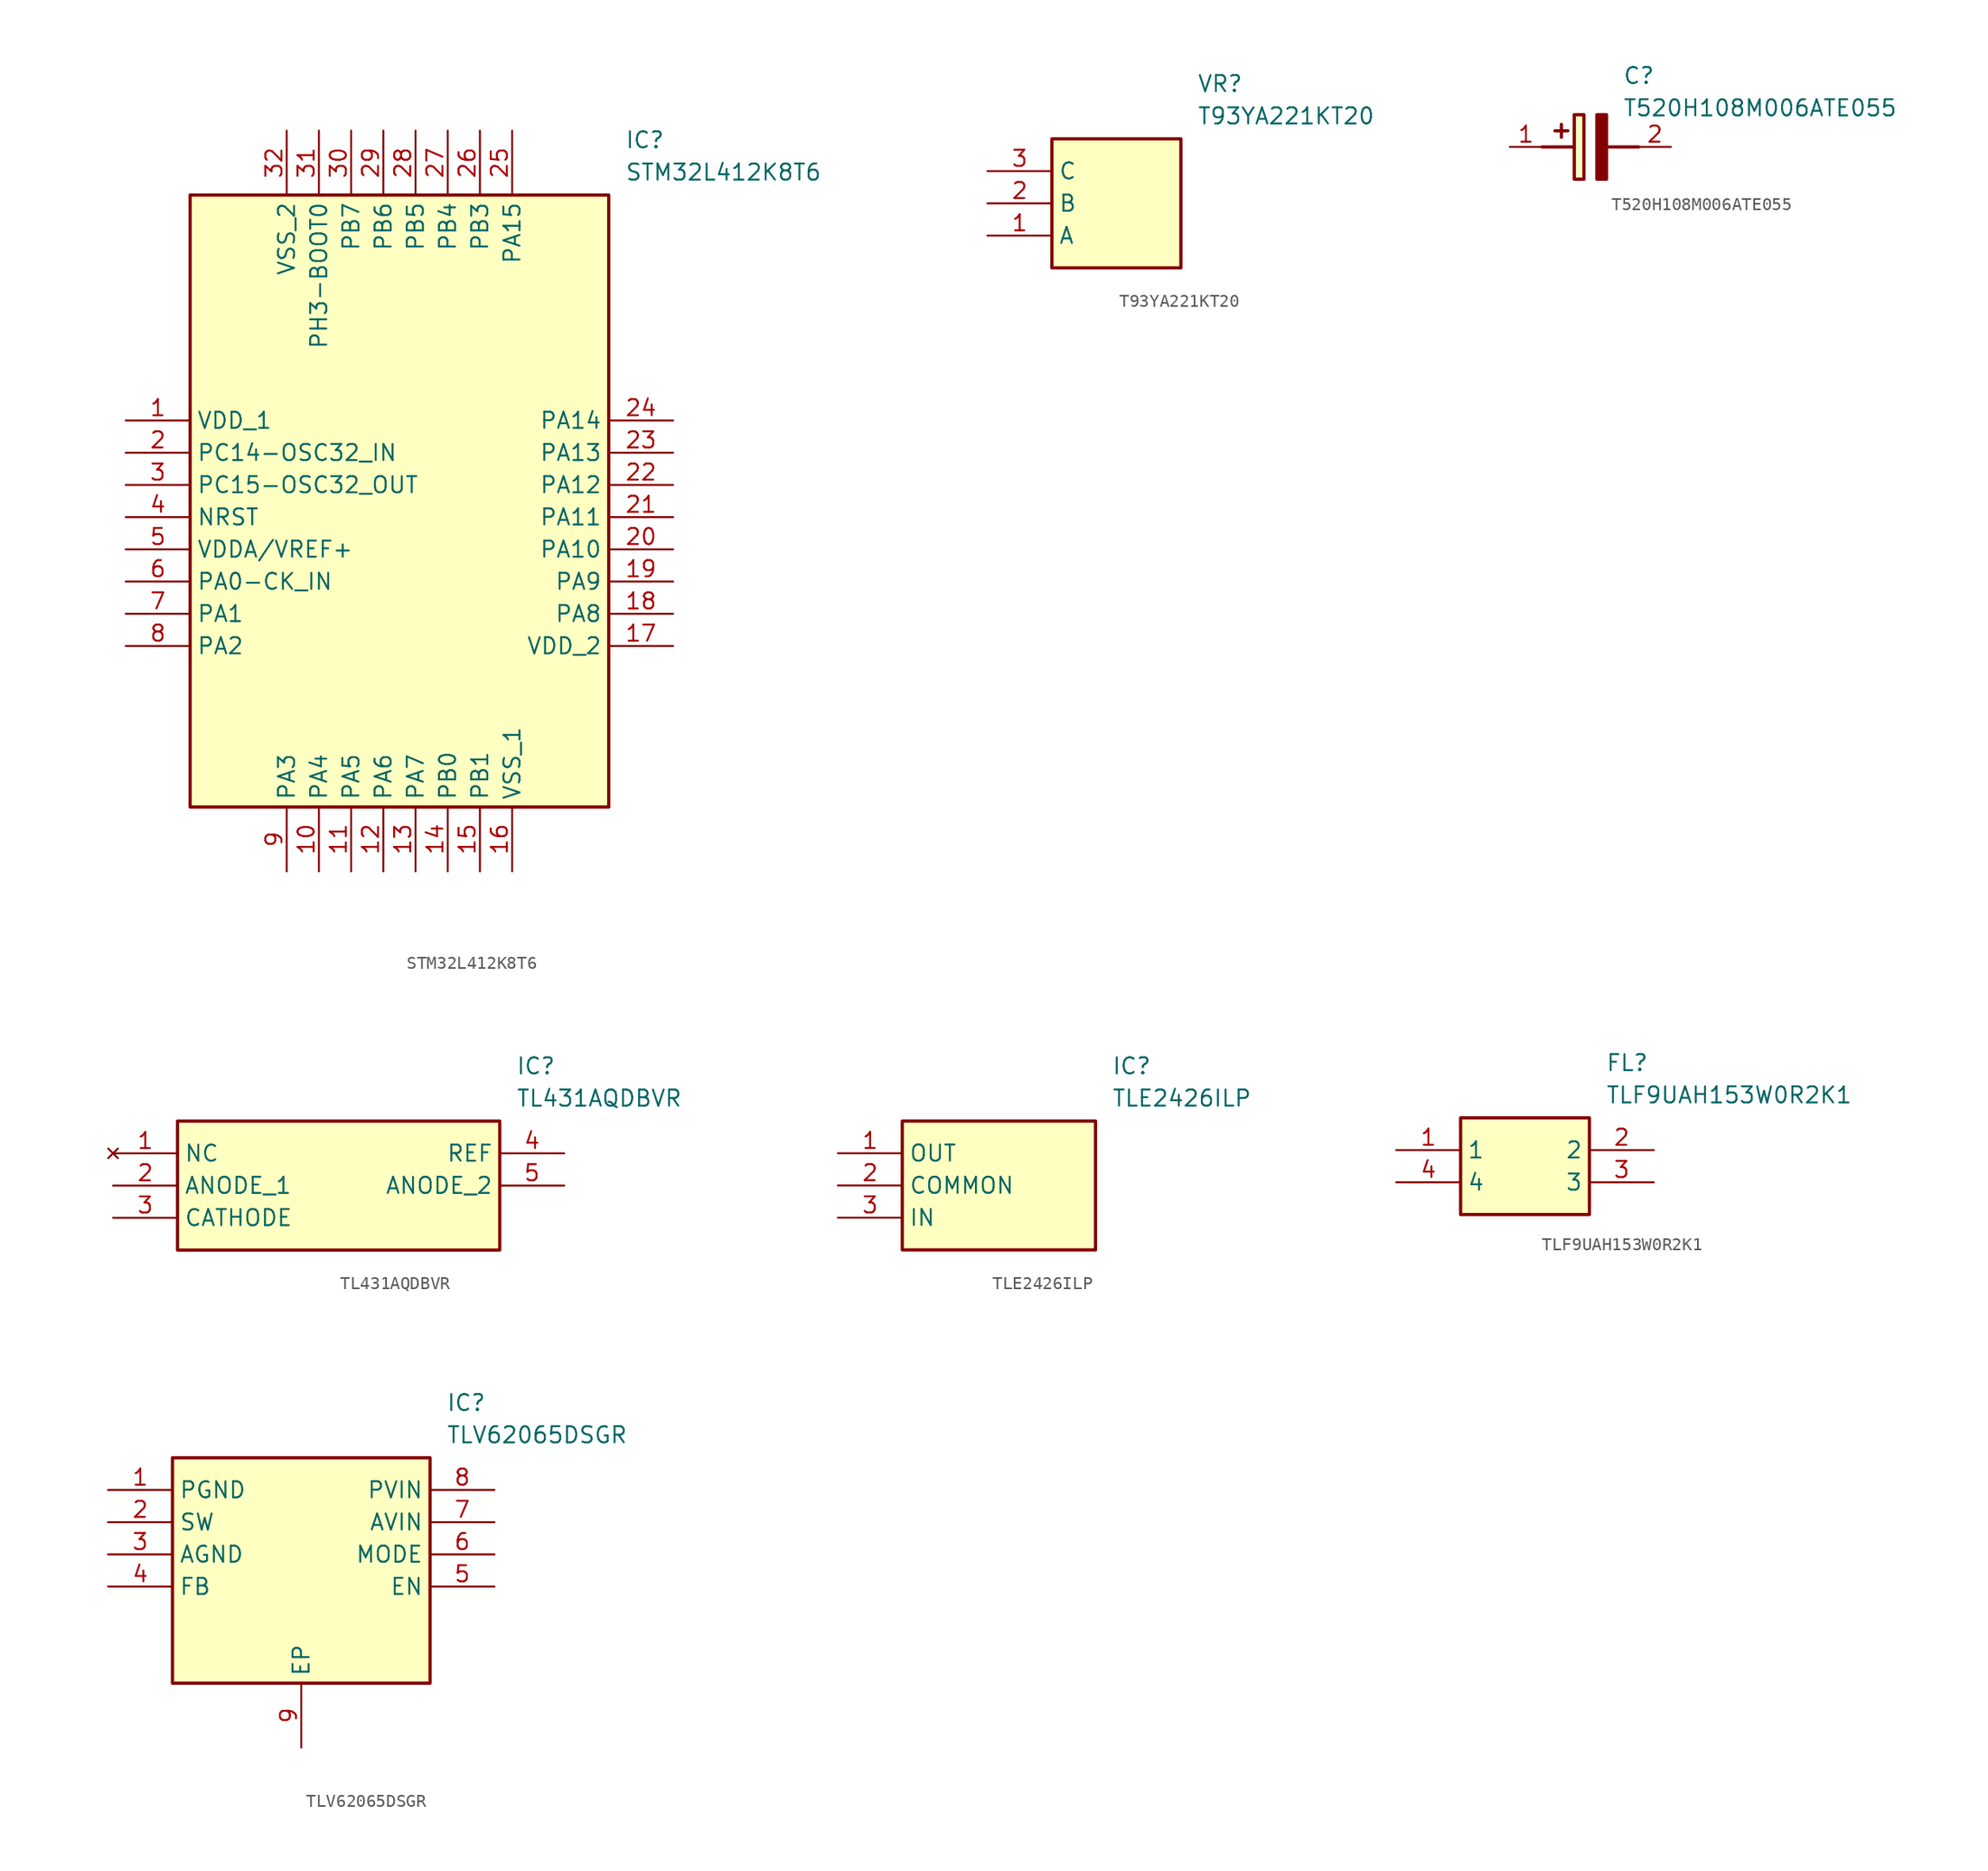
<source format=kicad_sym>
(kicad_symbol_lib
  (version 20241209)
  (generator "kicad_symbol_editor")
  (generator_version "9.0")
  (symbol "STM32L412K8T6"
    (property "Reference" "IC"
      (at 39.37 22.86 0)
      (effects (font (size 1.27 1.27)) (justify left top)))
    (property "Value" "STM32L412K8T6"
      (at 39.37 20.32 0)
      (effects (font (size 1.27 1.27)) (justify left top)))
    (symbol "STM32L412K8T6_1_1"
      (rectangle (start 5.08 17.78) (end 38.1 -30.48) (stroke (width 0.254) (type default)) (fill (type background)))
      (pin passive line (at 0 0 0) (length 5.08) (name "VDD_1" (effects (font (size 1.27 1.27)))) (number "1" (effects (font (size 1.27 1.27)))))
      (pin passive line (at 0 -2.54 0) (length 5.08) (name "PC14-OSC32_IN" (effects (font (size 1.27 1.27)))) (number "2" (effects (font (size 1.27 1.27)))))
      (pin passive line (at 0 -5.08 0) (length 5.08) (name "PC15-OSC32_OUT" (effects (font (size 1.27 1.27)))) (number "3" (effects (font (size 1.27 1.27)))))
      (pin passive line (at 0 -7.62 0) (length 5.08) (name "NRST" (effects (font (size 1.27 1.27)))) (number "4" (effects (font (size 1.27 1.27)))))
      (pin passive line (at 0 -10.16 0) (length 5.08) (name "VDDA/VREF+" (effects (font (size 1.27 1.27)))) (number "5" (effects (font (size 1.27 1.27)))))
      (pin passive line (at 0 -12.7 0) (length 5.08) (name "PA0-CK_IN" (effects (font (size 1.27 1.27)))) (number "6" (effects (font (size 1.27 1.27)))))
      (pin passive line (at 0 -15.24 0) (length 5.08) (name "PA1" (effects (font (size 1.27 1.27)))) (number "7" (effects (font (size 1.27 1.27)))))
      (pin passive line (at 0 -17.78 0) (length 5.08) (name "PA2" (effects (font (size 1.27 1.27)))) (number "8" (effects (font (size 1.27 1.27)))))
      (pin passive line (at 12.7 22.86 270) (length 5.08) (name "VSS_2" (effects (font (size 1.27 1.27)))) (number "32" (effects (font (size 1.27 1.27)))))
      (pin passive line (at 12.7 -35.56 90) (length 5.08) (name "PA3" (effects (font (size 1.27 1.27)))) (number "9" (effects (font (size 1.27 1.27)))))
      (pin passive line (at 15.24 22.86 270) (length 5.08) (name "PH3-BOOT0" (effects (font (size 1.27 1.27)))) (number "31" (effects (font (size 1.27 1.27)))))
      (pin passive line (at 15.24 -35.56 90) (length 5.08) (name "PA4" (effects (font (size 1.27 1.27)))) (number "10" (effects (font (size 1.27 1.27)))))
      (pin passive line (at 17.78 22.86 270) (length 5.08) (name "PB7" (effects (font (size 1.27 1.27)))) (number "30" (effects (font (size 1.27 1.27)))))
      (pin passive line (at 17.78 -35.56 90) (length 5.08) (name "PA5" (effects (font (size 1.27 1.27)))) (number "11" (effects (font (size 1.27 1.27)))))
      (pin passive line (at 20.32 22.86 270) (length 5.08) (name "PB6" (effects (font (size 1.27 1.27)))) (number "29" (effects (font (size 1.27 1.27)))))
      (pin passive line (at 20.32 -35.56 90) (length 5.08) (name "PA6" (effects (font (size 1.27 1.27)))) (number "12" (effects (font (size 1.27 1.27)))))
      (pin passive line (at 22.86 22.86 270) (length 5.08) (name "PB5" (effects (font (size 1.27 1.27)))) (number "28" (effects (font (size 1.27 1.27)))))
      (pin passive line (at 22.86 -35.56 90) (length 5.08) (name "PA7" (effects (font (size 1.27 1.27)))) (number "13" (effects (font (size 1.27 1.27)))))
      (pin passive line (at 25.4 22.86 270) (length 5.08) (name "PB4" (effects (font (size 1.27 1.27)))) (number "27" (effects (font (size 1.27 1.27)))))
      (pin passive line (at 25.4 -35.56 90) (length 5.08) (name "PB0" (effects (font (size 1.27 1.27)))) (number "14" (effects (font (size 1.27 1.27)))))
      (pin passive line (at 27.94 22.86 270) (length 5.08) (name "PB3" (effects (font (size 1.27 1.27)))) (number "26" (effects (font (size 1.27 1.27)))))
      (pin passive line (at 27.94 -35.56 90) (length 5.08) (name "PB1" (effects (font (size 1.27 1.27)))) (number "15" (effects (font (size 1.27 1.27)))))
      (pin passive line (at 30.48 22.86 270) (length 5.08) (name "PA15" (effects (font (size 1.27 1.27)))) (number "25" (effects (font (size 1.27 1.27)))))
      (pin passive line (at 30.48 -35.56 90) (length 5.08) (name "VSS_1" (effects (font (size 1.27 1.27)))) (number "16" (effects (font (size 1.27 1.27)))))
      (pin passive line (at 43.18 0 180) (length 5.08) (name "PA14" (effects (font (size 1.27 1.27)))) (number "24" (effects (font (size 1.27 1.27)))))
      (pin passive line (at 43.18 -2.54 180) (length 5.08) (name "PA13" (effects (font (size 1.27 1.27)))) (number "23" (effects (font (size 1.27 1.27)))))
      (pin passive line (at 43.18 -5.08 180) (length 5.08) (name "PA12" (effects (font (size 1.27 1.27)))) (number "22" (effects (font (size 1.27 1.27)))))
      (pin passive line (at 43.18 -7.62 180) (length 5.08) (name "PA11" (effects (font (size 1.27 1.27)))) (number "21" (effects (font (size 1.27 1.27)))))
      (pin passive line (at 43.18 -10.16 180) (length 5.08) (name "PA10" (effects (font (size 1.27 1.27)))) (number "20" (effects (font (size 1.27 1.27)))))
      (pin passive line (at 43.18 -12.7 180) (length 5.08) (name "PA9" (effects (font (size 1.27 1.27)))) (number "19" (effects (font (size 1.27 1.27)))))
      (pin passive line (at 43.18 -15.24 180) (length 5.08) (name "PA8" (effects (font (size 1.27 1.27)))) (number "18" (effects (font (size 1.27 1.27)))))
      (pin passive line (at 43.18 -17.78 180) (length 5.08) (name "VDD_2" (effects (font (size 1.27 1.27)))) (number "17" (effects (font (size 1.27 1.27)))))))
  (symbol "T93YA221KT20"
    (property "Reference" "VR"
      (at 16.51 7.62 0)
      (effects (font (size 1.27 1.27)) (justify left top)))
    (property "Value" "T93YA221KT20"
      (at 16.51 5.08 0)
      (effects (font (size 1.27 1.27)) (justify left top)))
    (symbol "T93YA221KT20_1_1"
      (rectangle (start 5.08 2.54) (end 15.24 -7.62) (stroke (width 0.254) (type default)) (fill (type background)))
      (pin passive line (at 0 0 0) (length 5.08) (name "C" (effects (font (size 1.27 1.27)))) (number "3" (effects (font (size 1.27 1.27)))))
      (pin passive line (at 0 -2.54 0) (length 5.08) (name "B" (effects (font (size 1.27 1.27)))) (number "2" (effects (font (size 1.27 1.27)))))
      (pin passive line (at 0 -5.08 0) (length 5.08) (name "A" (effects (font (size 1.27 1.27)))) (number "1" (effects (font (size 1.27 1.27)))))))
  (symbol "T520H108M006ATE055"
    (pin_names
      (hide yes))
    (property "Reference" "C"
      (at 8.89 6.35 0)
      (effects (font (size 1.27 1.27)) (justify left top)))
    (property "Value" "T520H108M006ATE055"
      (at 8.89 3.81 0)
      (effects (font (size 1.27 1.27)) (justify left top)))
    (symbol "T520H108M006ATE055_1_1"
      (polyline (pts (xy 2.54 0) (xy 5.08 0)) (stroke (width 0.254) (type default)) (fill (type none)))
      (polyline (pts (xy 4.064 1.778) (xy 4.064 0.762)) (stroke (width 0.254) (type default)) (fill (type none)))
      (polyline (pts (xy 4.572 1.27) (xy 3.556 1.27)) (stroke (width 0.254) (type default)) (fill (type none)))
      (rectangle (start 5.08 2.54) (end 5.842 -2.54) (stroke (width 0.254) (type default)) (fill (type background)))
      (polyline (pts (xy 7.62 2.54) (xy 7.62 -2.54) (xy 6.858 -2.54) (xy 6.858 2.54) (xy 7.62 2.54)) (stroke (width 0.254) (type default)) (fill (type outline)))
      (polyline (pts (xy 7.62 0) (xy 10.16 0)) (stroke (width 0.254) (type default)) (fill (type none)))
      (pin passive line (at 0 0 0) (length 2.54) (name "+" (effects (font (size 1.27 1.27)))) (number "1" (effects (font (size 1.27 1.27)))))
      (pin passive line (at 12.7 0 180) (length 2.54) (name "-" (effects (font (size 1.27 1.27)))) (number "2" (effects (font (size 1.27 1.27)))))))
  (symbol "TL431AQDBVR"
    (property "Reference" "IC"
      (at 31.75 7.62 0)
      (effects (font (size 1.27 1.27)) (justify left top)))
    (property "Value" "TL431AQDBVR"
      (at 31.75 5.08 0)
      (effects (font (size 1.27 1.27)) (justify left top)))
    (symbol "TL431AQDBVR_1_1"
      (rectangle (start 5.08 2.54) (end 30.48 -7.62) (stroke (width 0.254) (type default)) (fill (type background)))
      (pin no_connect line (at 0 0 0) (length 5.08) (name "NC" (effects (font (size 1.27 1.27)))) (number "1" (effects (font (size 1.27 1.27)))))
      (pin passive line (at 0 -2.54 0) (length 5.08) (name "ANODE_1" (effects (font (size 1.27 1.27)))) (number "2" (effects (font (size 1.27 1.27)))))
      (pin passive line (at 0 -5.08 0) (length 5.08) (name "CATHODE" (effects (font (size 1.27 1.27)))) (number "3" (effects (font (size 1.27 1.27)))))
      (pin passive line (at 35.56 0 180) (length 5.08) (name "REF" (effects (font (size 1.27 1.27)))) (number "4" (effects (font (size 1.27 1.27)))))
      (pin passive line (at 35.56 -2.54 180) (length 5.08) (name "ANODE_2" (effects (font (size 1.27 1.27)))) (number "5" (effects (font (size 1.27 1.27)))))))
  (symbol "TLE2426ILP"
    (property "Reference" "IC"
      (at 21.59 7.62 0)
      (effects (font (size 1.27 1.27)) (justify left top)))
    (property "Value" "TLE2426ILP"
      (at 21.59 5.08 0)
      (effects (font (size 1.27 1.27)) (justify left top)))
    (symbol "TLE2426ILP_1_1"
      (rectangle (start 5.08 2.54) (end 20.32 -7.62) (stroke (width 0.254) (type default)) (fill (type background)))
      (pin output line (at 0 0 0) (length 5.08) (name "OUT" (effects (font (size 1.27 1.27)))) (number "1" (effects (font (size 1.27 1.27)))))
      (pin passive line (at 0 -2.54 0) (length 5.08) (name "COMMON" (effects (font (size 1.27 1.27)))) (number "2" (effects (font (size 1.27 1.27)))))
      (pin input line (at 0 -5.08 0) (length 5.08) (name "IN" (effects (font (size 1.27 1.27)))) (number "3" (effects (font (size 1.27 1.27)))))))
  (symbol "TLF9UAH153W0R2K1"
    (property "Reference" "FL"
      (at 16.51 7.62 0)
      (effects (font (size 1.27 1.27)) (justify left top)))
    (property "Value" "TLF9UAH153W0R2K1"
      (at 16.51 5.08 0)
      (effects (font (size 1.27 1.27)) (justify left top)))
    (symbol "TLF9UAH153W0R2K1_1_1"
      (rectangle (start 5.08 2.54) (end 15.24 -5.08) (stroke (width 0.254) (type default)) (fill (type background)))
      (pin passive line (at 0 0 0) (length 5.08) (name "1" (effects (font (size 1.27 1.27)))) (number "1" (effects (font (size 1.27 1.27)))))
      (pin passive line (at 0 -2.54 0) (length 5.08) (name "4" (effects (font (size 1.27 1.27)))) (number "4" (effects (font (size 1.27 1.27)))))
      (pin passive line (at 20.32 0 180) (length 5.08) (name "2" (effects (font (size 1.27 1.27)))) (number "2" (effects (font (size 1.27 1.27)))))
      (pin passive line (at 20.32 -2.54 180) (length 5.08) (name "3" (effects (font (size 1.27 1.27)))) (number "3" (effects (font (size 1.27 1.27)))))))
  (symbol "TLV62065DSGR"
    (property "Reference" "IC"
      (at 26.67 7.62 0)
      (effects (font (size 1.27 1.27)) (justify left top)))
    (property "Value" "TLV62065DSGR"
      (at 26.67 5.08 0)
      (effects (font (size 1.27 1.27)) (justify left top)))
    (symbol "TLV62065DSGR_1_1"
      (rectangle (start 5.08 2.54) (end 25.4 -15.24) (stroke (width 0.254) (type default)) (fill (type background)))
      (pin passive line (at 0 0 0) (length 5.08) (name "PGND" (effects (font (size 1.27 1.27)))) (number "1" (effects (font (size 1.27 1.27)))))
      (pin passive line (at 0 -2.54 0) (length 5.08) (name "SW" (effects (font (size 1.27 1.27)))) (number "2" (effects (font (size 1.27 1.27)))))
      (pin passive line (at 0 -5.08 0) (length 5.08) (name "AGND" (effects (font (size 1.27 1.27)))) (number "3" (effects (font (size 1.27 1.27)))))
      (pin passive line (at 0 -7.62 0) (length 5.08) (name "FB" (effects (font (size 1.27 1.27)))) (number "4" (effects (font (size 1.27 1.27)))))
      (pin passive line (at 15.24 -20.32 90) (length 5.08) (name "EP" (effects (font (size 1.27 1.27)))) (number "9" (effects (font (size 1.27 1.27)))))
      (pin passive line (at 30.48 0 180) (length 5.08) (name "PVIN" (effects (font (size 1.27 1.27)))) (number "8" (effects (font (size 1.27 1.27)))))
      (pin passive line (at 30.48 -2.54 180) (length 5.08) (name "AVIN" (effects (font (size 1.27 1.27)))) (number "7" (effects (font (size 1.27 1.27)))))
      (pin passive line (at 30.48 -5.08 180) (length 5.08) (name "MODE" (effects (font (size 1.27 1.27)))) (number "6" (effects (font (size 1.27 1.27)))))
      (pin passive line (at 30.48 -7.62 180) (length 5.08) (name "EN" (effects (font (size 1.27 1.27)))) (number "5" (effects (font (size 1.27 1.27))))))))
</source>
